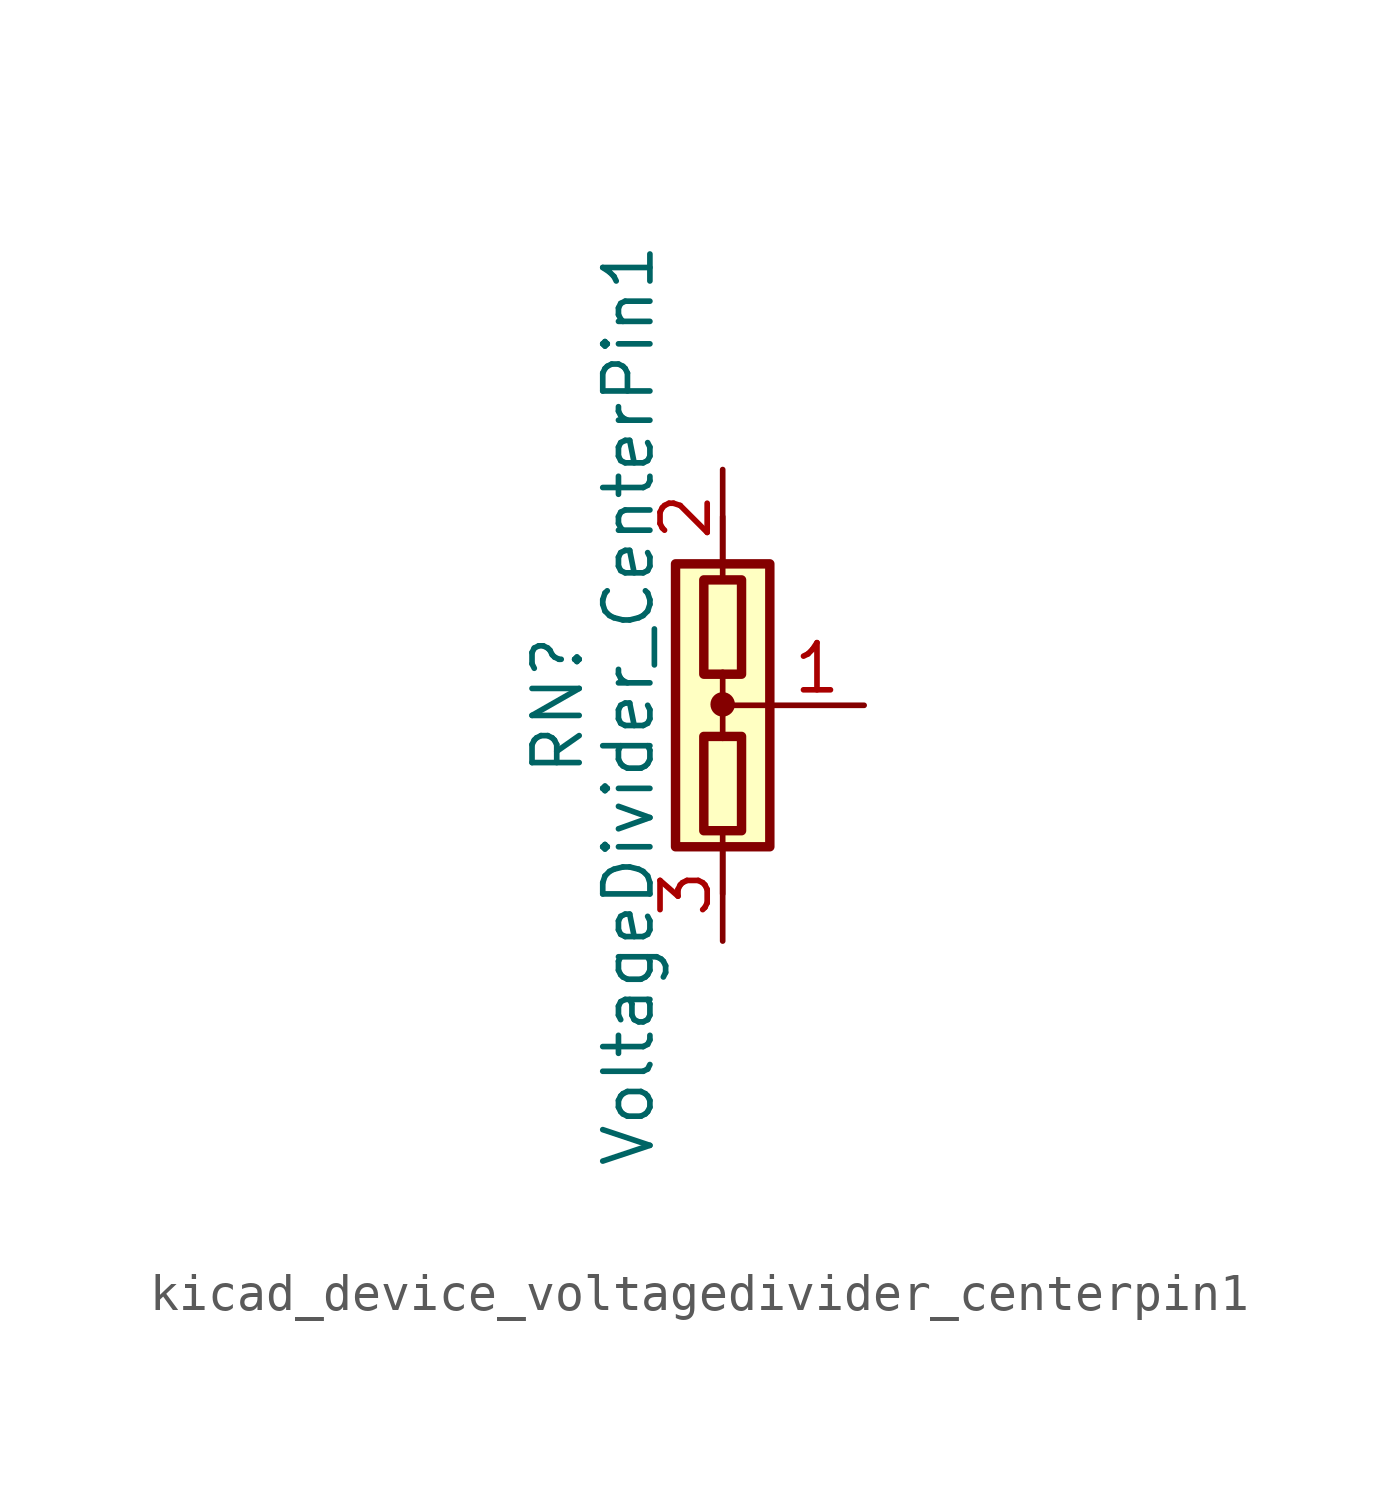
<source format=kicad_sym>
(kicad_symbol_lib
  (version 20220914)
  (generator kicad_symbol_editor)
  (symbol "kicad_device_voltagedivider_centerpin1"
    (pin_names
      (offset 0) hide)
    (property "Reference" "RN"
      (at -4.445 0 90)
      (effects (font (size 1.27 1.27))))
    (property "Value" "VoltageDivider_CenterPin1"
      (at -2.54 0 90)
      (effects (font (size 1.27 1.27))))
    (symbol "kicad_device_voltagedivider_centerpin1_0_1"
      (rectangle (start -1.27 -3.81) (end 1.27 3.81) (stroke (width 0.254) (type default)) (fill (type background)))
      (rectangle (start -0.508 -3.378) (end 0.508 -0.838) (stroke (width 0.254) (type default)) (fill (type none)))
      (rectangle (start -0.508 3.378) (end 0.508 0.838) (stroke (width 0.254) (type default)) (fill (type none)))
      (polyline (pts (xy 0 -5.08) (xy 0 -3.429)) (stroke (width 0) (type default)) (fill (type none)))
      (polyline (pts (xy 0 0.889) (xy 0 -0.889)) (stroke (width 0) (type default)) (fill (type none)))
      (polyline (pts (xy 0 5.08) (xy 0 3.378)) (stroke (width 0) (type default)) (fill (type none)))
      (polyline (pts (xy 1.27 0) (xy 0 0)) (stroke (width 0) (type default)) (fill (type none)))
      (circle (center 0 0.025) (radius 0.254) (stroke (width 0) (type default)) (fill (type outline))))
    (symbol "kicad_device_voltagedivider_centerpin1_1_1"
      (pin passive line (at 3.81 0 180) (length 2.54) (name "~" (effects (font (size 1.27 1.27)))) (number "1" (effects (font (size 1.27 1.27)))))
      (pin passive line (at 0 6.35 270) (length 2.54) (name "~" (effects (font (size 1.27 1.27)))) (number "2" (effects (font (size 1.27 1.27)))))
      (pin passive line (at 0 -6.35 90) (length 2.54) (name "~" (effects (font (size 1.27 1.27)))) (number "3" (effects (font (size 1.27 1.27))))))))
</source>
